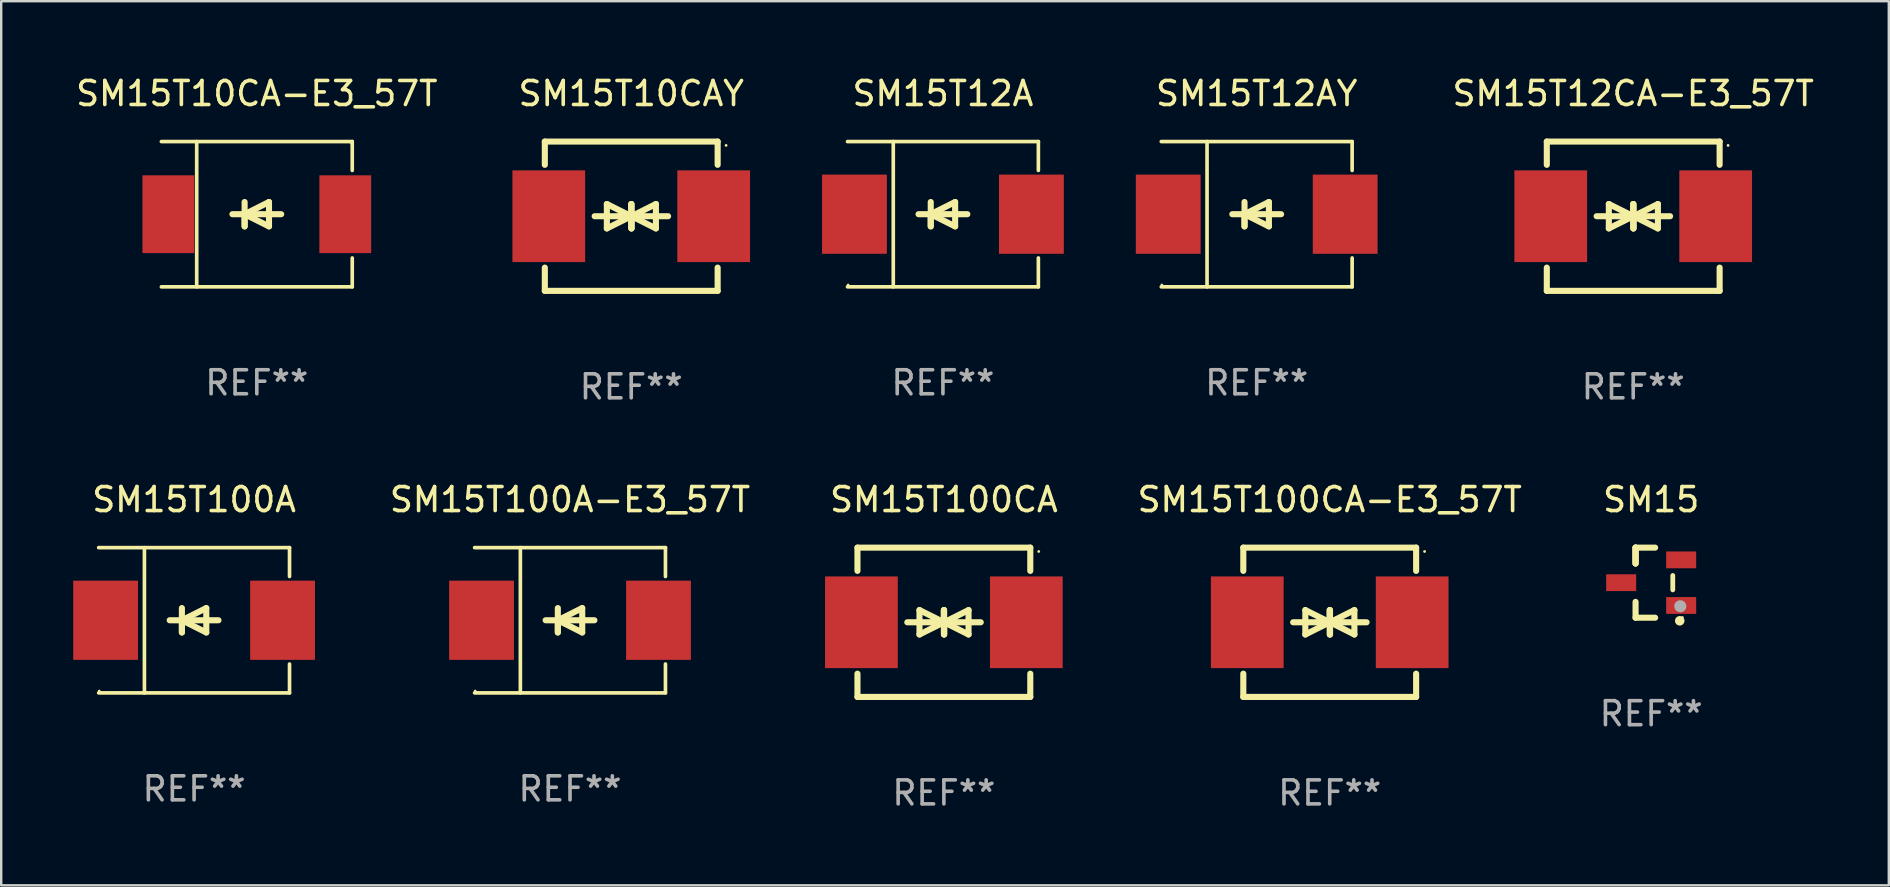
<source format=kicad_pcb>
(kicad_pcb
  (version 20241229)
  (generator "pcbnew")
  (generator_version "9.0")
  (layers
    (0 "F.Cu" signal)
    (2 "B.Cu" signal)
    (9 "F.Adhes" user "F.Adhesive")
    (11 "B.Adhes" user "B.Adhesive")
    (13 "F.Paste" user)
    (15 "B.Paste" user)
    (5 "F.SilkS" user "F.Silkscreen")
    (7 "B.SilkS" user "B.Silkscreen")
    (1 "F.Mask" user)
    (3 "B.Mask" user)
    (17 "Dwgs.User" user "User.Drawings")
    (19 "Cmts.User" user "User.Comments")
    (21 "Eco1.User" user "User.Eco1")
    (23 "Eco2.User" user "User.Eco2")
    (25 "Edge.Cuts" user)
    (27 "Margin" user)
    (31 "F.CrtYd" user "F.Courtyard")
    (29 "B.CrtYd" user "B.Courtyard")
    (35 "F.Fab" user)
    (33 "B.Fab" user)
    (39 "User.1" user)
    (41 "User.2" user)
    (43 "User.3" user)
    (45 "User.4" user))
  (footprint "SM15T12AY"
    (layer "F.Cu")
    (at 49.306 5.874)
    (property "Reference" "SM15T12AY" (at 0 -5.026 0) (layer "F.SilkS") (effects (font (size 1 1) (thickness 0.15))))
    (attr through_hole)
    (fp_line (start -3.976 -3.026) (end 3.976 -3.026) (stroke (width 0.152) (type solid)) (layer "F.SilkS"))
    (fp_line (start -3.976 3.026) (end 3.976 3.026) (stroke (width 0.152) (type solid)) (layer "F.SilkS"))
    (fp_line (start -2.069 -3.026) (end -2.069 3.026) (stroke (width 0.152) (type solid)) (layer "F.SilkS"))
    (fp_line (start -0.508 0) (end -0.508 0.508) (stroke (width 0.254) (type solid)) (layer "F.SilkS"))
    (fp_line (start -0.508 0) (end 0.508 0.508) (stroke (width 0.254) (type solid)) (layer "F.SilkS"))
    (fp_line (start -0.508 0.508) (end -0.508 -0.508) (stroke (width 0.254) (type solid)) (layer "F.SilkS"))
    (fp_line (start 0.508 -0.508) (end -0.508 0) (stroke (width 0.254) (type solid)) (layer "F.SilkS"))
    (fp_line (start 0.508 0.508) (end 0.508 -0.508) (stroke (width 0.254) (type solid)) (layer "F.SilkS"))
    (fp_line (start 1.016 0) (end -1.016 0) (stroke (width 0.254) (type solid)) (layer "F.SilkS"))
    (fp_line (start 3.976 -3.026) (end 3.976 -1.823) (stroke (width 0.152) (type solid)) (layer "F.SilkS"))
    (fp_line (start 3.976 3.026) (end 3.976 1.823) (stroke (width 0.152) (type solid)) (layer "F.SilkS"))
    (fp_circle (center -3.95 2.95) (end -3.92 2.95) (stroke (width 0.06) (type solid)) (fill no) (layer "F.SilkS"))
    (fp_text user "REF**" (at 0 7.026 0) (layer "F.Fab") (effects (font (size 1 1) (thickness 0.15))))
    (pad "1" smd rect (at -3.686 0) (size 2.7 3.3) (layers "F.Cu" "F.Mask" "F.Paste"))
    (pad "2" smd rect (at 3.686 0) (size 2.7 3.3) (layers "F.Cu" "F.Mask" "F.Paste")))
  (footprint "SM15T12A"
    (layer "F.Cu")
    (at 36.234 5.874)
    (property "Reference" "SM15T12A" (at 0 -5.026 0) (layer "F.SilkS") (effects (font (size 1 1) (thickness 0.15))))
    (attr through_hole)
    (fp_line (start -3.976 -3.026) (end 3.976 -3.026) (stroke (width 0.152) (type solid)) (layer "F.SilkS"))
    (fp_line (start -3.976 3.026) (end 3.976 3.026) (stroke (width 0.152) (type solid)) (layer "F.SilkS"))
    (fp_line (start -2.069 -3.026) (end -2.069 3.026) (stroke (width 0.152) (type solid)) (layer "F.SilkS"))
    (fp_line (start -0.508 0) (end -0.508 0.508) (stroke (width 0.254) (type solid)) (layer "F.SilkS"))
    (fp_line (start -0.508 0) (end 0.508 0.508) (stroke (width 0.254) (type solid)) (layer "F.SilkS"))
    (fp_line (start -0.508 0.508) (end -0.508 -0.508) (stroke (width 0.254) (type solid)) (layer "F.SilkS"))
    (fp_line (start 0.508 -0.508) (end -0.508 0) (stroke (width 0.254) (type solid)) (layer "F.SilkS"))
    (fp_line (start 0.508 0.508) (end 0.508 -0.508) (stroke (width 0.254) (type solid)) (layer "F.SilkS"))
    (fp_line (start 1.016 0) (end -1.016 0) (stroke (width 0.254) (type solid)) (layer "F.SilkS"))
    (fp_line (start 3.976 -3.026) (end 3.976 -1.823) (stroke (width 0.152) (type solid)) (layer "F.SilkS"))
    (fp_line (start 3.976 3.026) (end 3.976 1.823) (stroke (width 0.152) (type solid)) (layer "F.SilkS"))
    (fp_circle (center -3.95 2.95) (end -3.92 2.95) (stroke (width 0.06) (type solid)) (fill no) (layer "F.SilkS"))
    (fp_text user "REF**" (at 0 7.026 0) (layer "F.Fab") (effects (font (size 1 1) (thickness 0.15))))
    (pad "1" smd rect (at -3.686 0) (size 2.7 3.3) (layers "F.Cu" "F.Mask" "F.Paste"))
    (pad "2" smd rect (at 3.686 0) (size 2.7 3.3) (layers "F.Cu" "F.Mask" "F.Paste")))
  (footprint "SM15T100A-E3_57T"
    (layer "F.Cu")
    (at 20.698 22.791)
    (property "Reference" "SM15T100A-E3_57T" (at 0 -5.026 0) (layer "F.SilkS") (effects (font (size 1 1) (thickness 0.15))))
    (attr through_hole)
    (fp_line (start -3.976 -3.026) (end 3.976 -3.026) (stroke (width 0.152) (type solid)) (layer "F.SilkS"))
    (fp_line (start -3.976 3.026) (end 3.976 3.026) (stroke (width 0.152) (type solid)) (layer "F.SilkS"))
    (fp_line (start -2.069 -3.026) (end -2.069 3.026) (stroke (width 0.152) (type solid)) (layer "F.SilkS"))
    (fp_line (start -0.508 0) (end -0.508 0.508) (stroke (width 0.254) (type solid)) (layer "F.SilkS"))
    (fp_line (start -0.508 0) (end 0.508 0.508) (stroke (width 0.254) (type solid)) (layer "F.SilkS"))
    (fp_line (start -0.508 0.508) (end -0.508 -0.508) (stroke (width 0.254) (type solid)) (layer "F.SilkS"))
    (fp_line (start 0.508 -0.508) (end -0.508 0) (stroke (width 0.254) (type solid)) (layer "F.SilkS"))
    (fp_line (start 0.508 0.508) (end 0.508 -0.508) (stroke (width 0.254) (type solid)) (layer "F.SilkS"))
    (fp_line (start 1.016 0) (end -1.016 0) (stroke (width 0.254) (type solid)) (layer "F.SilkS"))
    (fp_line (start 3.976 -3.026) (end 3.976 -1.823) (stroke (width 0.152) (type solid)) (layer "F.SilkS"))
    (fp_line (start 3.976 3.026) (end 3.976 1.823) (stroke (width 0.152) (type solid)) (layer "F.SilkS"))
    (fp_circle (center -3.95 2.95) (end -3.92 2.95) (stroke (width 0.06) (type solid)) (fill no) (layer "F.SilkS"))
    (fp_text user "REF**" (at 0 7.026 0) (layer "F.Fab") (effects (font (size 1 1) (thickness 0.15))))
    (pad "1" smd rect (at -3.686 0) (size 2.7 3.3) (layers "F.Cu" "F.Mask" "F.Paste"))
    (pad "2" smd rect (at 3.686 0) (size 2.7 3.3) (layers "F.Cu" "F.Mask" "F.Paste")))
  (footprint "SM15T100A"
    (layer "F.Cu")
    (at 5.036 22.791)
    (property "Reference" "SM15T100A" (at 0 -5.026 0) (layer "F.SilkS") (effects (font (size 1 1) (thickness 0.15))))
    (attr through_hole)
    (fp_line (start -3.976 -3.026) (end 3.976 -3.026) (stroke (width 0.152) (type solid)) (layer "F.SilkS"))
    (fp_line (start -3.976 3.026) (end 3.976 3.026) (stroke (width 0.152) (type solid)) (layer "F.SilkS"))
    (fp_line (start -2.069 -3.026) (end -2.069 3.026) (stroke (width 0.152) (type solid)) (layer "F.SilkS"))
    (fp_line (start -0.508 0) (end -0.508 0.508) (stroke (width 0.254) (type solid)) (layer "F.SilkS"))
    (fp_line (start -0.508 0) (end 0.508 0.508) (stroke (width 0.254) (type solid)) (layer "F.SilkS"))
    (fp_line (start -0.508 0.508) (end -0.508 -0.508) (stroke (width 0.254) (type solid)) (layer "F.SilkS"))
    (fp_line (start 0.508 -0.508) (end -0.508 0) (stroke (width 0.254) (type solid)) (layer "F.SilkS"))
    (fp_line (start 0.508 0.508) (end 0.508 -0.508) (stroke (width 0.254) (type solid)) (layer "F.SilkS"))
    (fp_line (start 1.016 0) (end -1.016 0) (stroke (width 0.254) (type solid)) (layer "F.SilkS"))
    (fp_line (start 3.976 -3.026) (end 3.976 -1.823) (stroke (width 0.152) (type solid)) (layer "F.SilkS"))
    (fp_line (start 3.976 3.026) (end 3.976 1.823) (stroke (width 0.152) (type solid)) (layer "F.SilkS"))
    (fp_circle (center -3.95 2.95) (end -3.92 2.95) (stroke (width 0.06) (type solid)) (fill no) (layer "F.SilkS"))
    (fp_text user "REF**" (at 0 7.026 0) (layer "F.Fab") (effects (font (size 1 1) (thickness 0.15))))
    (pad "1" smd rect (at -3.686 0) (size 2.7 3.3) (layers "F.Cu" "F.Mask" "F.Paste"))
    (pad "2" smd rect (at 3.686 0) (size 2.7 3.3) (layers "F.Cu" "F.Mask" "F.Paste")))
  (footprint "SM15"
    (layer "F.Cu")
    (at 65.74 21.225)
    (property "Reference" "SM15" (at 0 -3.46 0) (layer "F.SilkS") (effects (font (size 1 1) (thickness 0.15))))
    (attr through_hole)
    (fp_line (start -0.65 -1.46) (end -0.65 -0.8) (stroke (width 0.254) (type solid)) (layer "F.SilkS"))
    (fp_line (start -0.65 -1.46) (end 0.165 -1.46) (stroke (width 0.254) (type solid)) (layer "F.SilkS"))
    (fp_line (start -0.65 -0.8) (end -0.65 -1.46) (stroke (width 0.254) (type solid)) (layer "F.SilkS"))
    (fp_line (start -0.65 -0.8) (end -0.65 -1.46) (stroke (width 0.254) (type solid)) (layer "F.SilkS"))
    (fp_line (start -0.65 1.46) (end -0.65 0.8) (stroke (width 0.254) (type solid)) (layer "F.SilkS"))
    (fp_line (start 0.165 1.46) (end -0.65 1.46) (stroke (width 0.254) (type solid)) (layer "F.SilkS"))
    (fp_line (start 0.9 0.3) (end 0.9 -0.3) (stroke (width 0.2) (type solid)) (layer "F.SilkS"))
    (fp_circle (center 1.19 1.588) (end 1.29 1.588) (stroke (width 0.2) (type solid)) (fill no) (layer "F.SilkS"))
    (fp_circle (center 1.3 1.45) (end 1.33 1.45) (stroke (width 0.06) (type solid)) (fill no) (layer "F.SilkS"))
    (fp_circle (center 1.214 0.983) (end 1.341 0.983) (stroke (width 0.254) (type solid)) (fill no) (layer "F.Fab"))
    (fp_text user "REF**" (at 0 5.46 0) (layer "F.Fab") (effects (font (size 1 1) (thickness 0.15))))
    (pad "1" smd rect (at 1.25 0.95 270) (size 0.7 1.25) (layers "F.Cu" "F.Mask" "F.Paste"))
    (pad "2" smd rect (at 1.25 -0.95 270) (size 0.7 1.25) (layers "F.Cu" "F.Mask" "F.Paste"))
    (pad "3" smd rect (at -1.25 0 270) (size 0.7 1.25) (layers "F.Cu" "F.Mask" "F.Paste")))
  (footprint "SM15T10CA-E3_57T"
    (layer "F.Cu")
    (at 7.649 5.874)
    (property "Reference" "SM15T10CA-E3_57T" (at 0 -5.026 0) (layer "F.SilkS") (effects (font (size 1 1) (thickness 0.15))))
    (attr through_hole)
    (fp_line (start -3.976 -3.026) (end 3.976 -3.026) (stroke (width 0.152) (type solid)) (layer "F.SilkS"))
    (fp_line (start -3.976 3.026) (end 3.976 3.026) (stroke (width 0.152) (type solid)) (layer "F.SilkS"))
    (fp_line (start -2.504 -3.026) (end -2.504 3.026) (stroke (width 0.152) (type solid)) (layer "F.SilkS"))
    (fp_line (start -0.508 0) (end -0.508 0.508) (stroke (width 0.254) (type solid)) (layer "F.SilkS"))
    (fp_line (start -0.508 0) (end 0.508 0.508) (stroke (width 0.254) (type solid)) (layer "F.SilkS"))
    (fp_line (start -0.508 0.508) (end -0.508 -0.508) (stroke (width 0.254) (type solid)) (layer "F.SilkS"))
    (fp_line (start 0.508 -0.508) (end -0.508 0) (stroke (width 0.254) (type solid)) (layer "F.SilkS"))
    (fp_line (start 0.508 0.508) (end 0.508 -0.508) (stroke (width 0.254) (type solid)) (layer "F.SilkS"))
    (fp_line (start 1.016 0) (end -1.016 0) (stroke (width 0.254) (type solid)) (layer "F.SilkS"))
    (fp_line (start 3.976 -3.026) (end 3.976 -1.823) (stroke (width 0.152) (type solid)) (layer "F.SilkS"))
    (fp_line (start 3.976 3.026) (end 3.976 1.823) (stroke (width 0.152) (type solid)) (layer "F.SilkS"))
    (fp_circle (center 3.95 -2.95) (end 3.98 -2.95) (stroke (width 0.06) (type solid)) (fill no) (layer "F.SilkS"))
    (fp_text user "REF**" (at 0 7.026 0) (layer "F.Fab") (effects (font (size 1 1) (thickness 0.15))))
    (pad "1" smd rect (at 3.686 0 180) (size 2.158 3.24) (layers "F.Cu" "F.Mask" "F.Paste"))
    (pad "2" smd rect (at -3.686 0 180) (size 2.158 3.24) (layers "F.Cu" "F.Mask" "F.Paste")))
  (footprint "SM15T100CA"
    (layer "F.Cu")
    (at 36.273 22.875)
    (property "Reference" "SM15T100CA" (at 0 -5.11 0) (layer "F.SilkS") (effects (font (size 1 1) (thickness 0.15))))
    (attr through_hole)
    (fp_line (start -3.6 -2.141) (end -3.6 -3.11) (stroke (width 0.254) (type solid)) (layer "F.SilkS"))
    (fp_line (start -3.6 3.11) (end -3.6 2.141) (stroke (width 0.254) (type solid)) (layer "F.SilkS"))
    (fp_line (start -1.524 0) (end 0.508 0) (stroke (width 0.254) (type solid)) (layer "F.SilkS"))
    (fp_line (start -1.016 -0.508) (end -1.016 0.508) (stroke (width 0.254) (type solid)) (layer "F.SilkS"))
    (fp_line (start -1.016 0.508) (end 0 0) (stroke (width 0.254) (type solid)) (layer "F.SilkS"))
    (fp_line (start 0 -0.508) (end 0 0.508) (stroke (width 0.254) (type solid)) (layer "F.SilkS"))
    (fp_line (start 0 0) (end -1.016 -0.508) (stroke (width 0.254) (type solid)) (layer "F.SilkS"))
    (fp_line (start 0 0) (end 0 -0.508) (stroke (width 0.254) (type solid)) (layer "F.SilkS"))
    (fp_line (start 0.012 0) (end 0.012 0.508) (stroke (width 0.254) (type solid)) (layer "F.SilkS"))
    (fp_line (start 0.012 0) (end 1.028 0.508) (stroke (width 0.254) (type solid)) (layer "F.SilkS"))
    (fp_line (start 0.012 0.508) (end 0.012 -0.508) (stroke (width 0.254) (type solid)) (layer "F.SilkS"))
    (fp_line (start 1.028 -0.508) (end 0.012 0) (stroke (width 0.254) (type solid)) (layer "F.SilkS"))
    (fp_line (start 1.028 0.508) (end 1.028 -0.508) (stroke (width 0.254) (type solid)) (layer "F.SilkS"))
    (fp_line (start 1.536 0) (end -0.496 0) (stroke (width 0.254) (type solid)) (layer "F.SilkS"))
    (fp_line (start 3.6 -3.11) (end -3.6 -3.11) (stroke (width 0.254) (type solid)) (layer "F.SilkS"))
    (fp_line (start 3.6 -2.141) (end 3.6 -3.11) (stroke (width 0.254) (type solid)) (layer "F.SilkS"))
    (fp_line (start 3.6 3.11) (end -3.6 3.11) (stroke (width 0.254) (type solid)) (layer "F.SilkS"))
    (fp_line (start 3.6 3.11) (end 3.6 2.141) (stroke (width 0.254) (type solid)) (layer "F.SilkS"))
    (fp_circle (center 3.952 -2.95) (end 3.982 -2.95) (stroke (width 0.06) (type solid)) (fill no) (layer "F.SilkS"))
    (fp_text user "REF**" (at 0 7.11 0) (layer "F.Fab") (effects (font (size 1 1) (thickness 0.15))))
    (pad "1" smd rect (at 3.435 0) (size 3.03 3.82) (layers "F.Cu" "F.Mask" "F.Paste"))
    (pad "2" smd rect (at -3.435 0) (size 3.03 3.82) (layers "F.Cu" "F.Mask" "F.Paste")))
  (footprint "SM15T10CAY"
    (layer "F.Cu")
    (at 23.248 5.958)
    (property "Reference" "SM15T10CAY" (at 0 -5.11 0) (layer "F.SilkS") (effects (font (size 1 1) (thickness 0.15))))
    (attr through_hole)
    (fp_line (start -3.6 -2.141) (end -3.6 -3.11) (stroke (width 0.254) (type solid)) (layer "F.SilkS"))
    (fp_line (start -3.6 3.11) (end -3.6 2.141) (stroke (width 0.254) (type solid)) (layer "F.SilkS"))
    (fp_line (start -1.524 0) (end 0.508 0) (stroke (width 0.254) (type solid)) (layer "F.SilkS"))
    (fp_line (start -1.016 -0.508) (end -1.016 0.508) (stroke (width 0.254) (type solid)) (layer "F.SilkS"))
    (fp_line (start -1.016 0.508) (end 0 0) (stroke (width 0.254) (type solid)) (layer "F.SilkS"))
    (fp_line (start 0 -0.508) (end 0 0.508) (stroke (width 0.254) (type solid)) (layer "F.SilkS"))
    (fp_line (start 0 0) (end -1.016 -0.508) (stroke (width 0.254) (type solid)) (layer "F.SilkS"))
    (fp_line (start 0 0) (end 0 -0.508) (stroke (width 0.254) (type solid)) (layer "F.SilkS"))
    (fp_line (start 0.012 0) (end 0.012 0.508) (stroke (width 0.254) (type solid)) (layer "F.SilkS"))
    (fp_line (start 0.012 0) (end 1.028 0.508) (stroke (width 0.254) (type solid)) (layer "F.SilkS"))
    (fp_line (start 0.012 0.508) (end 0.012 -0.508) (stroke (width 0.254) (type solid)) (layer "F.SilkS"))
    (fp_line (start 1.028 -0.508) (end 0.012 0) (stroke (width 0.254) (type solid)) (layer "F.SilkS"))
    (fp_line (start 1.028 0.508) (end 1.028 -0.508) (stroke (width 0.254) (type solid)) (layer "F.SilkS"))
    (fp_line (start 1.536 0) (end -0.496 0) (stroke (width 0.254) (type solid)) (layer "F.SilkS"))
    (fp_line (start 3.6 -3.11) (end -3.6 -3.11) (stroke (width 0.254) (type solid)) (layer "F.SilkS"))
    (fp_line (start 3.6 -2.141) (end 3.6 -3.11) (stroke (width 0.254) (type solid)) (layer "F.SilkS"))
    (fp_line (start 3.6 3.11) (end -3.6 3.11) (stroke (width 0.254) (type solid)) (layer "F.SilkS"))
    (fp_line (start 3.6 3.11) (end 3.6 2.141) (stroke (width 0.254) (type solid)) (layer "F.SilkS"))
    (fp_circle (center 3.952 -2.95) (end 3.982 -2.95) (stroke (width 0.06) (type solid)) (fill no) (layer "F.SilkS"))
    (fp_text user "REF**" (at 0 7.11 0) (layer "F.Fab") (effects (font (size 1 1) (thickness 0.15))))
    (pad "1" smd rect (at 3.435 0) (size 3.03 3.82) (layers "F.Cu" "F.Mask" "F.Paste"))
    (pad "2" smd rect (at -3.435 0) (size 3.03 3.82) (layers "F.Cu" "F.Mask" "F.Paste")))
  (footprint "SM15T100CA-E3_57T"
    (layer "F.Cu")
    (at 52.348 22.875)
    (property "Reference" "SM15T100CA-E3_57T" (at 0 -5.11 0) (layer "F.SilkS") (effects (font (size 1 1) (thickness 0.15))))
    (attr through_hole)
    (fp_line (start -3.6 -2.141) (end -3.6 -3.11) (stroke (width 0.254) (type solid)) (layer "F.SilkS"))
    (fp_line (start -3.6 3.11) (end -3.6 2.141) (stroke (width 0.254) (type solid)) (layer "F.SilkS"))
    (fp_line (start -1.524 0) (end 0.508 0) (stroke (width 0.254) (type solid)) (layer "F.SilkS"))
    (fp_line (start -1.016 -0.508) (end -1.016 0.508) (stroke (width 0.254) (type solid)) (layer "F.SilkS"))
    (fp_line (start -1.016 0.508) (end 0 0) (stroke (width 0.254) (type solid)) (layer "F.SilkS"))
    (fp_line (start 0 -0.508) (end 0 0.508) (stroke (width 0.254) (type solid)) (layer "F.SilkS"))
    (fp_line (start 0 0) (end -1.016 -0.508) (stroke (width 0.254) (type solid)) (layer "F.SilkS"))
    (fp_line (start 0 0) (end 0 -0.508) (stroke (width 0.254) (type solid)) (layer "F.SilkS"))
    (fp_line (start 0.012 0) (end 0.012 0.508) (stroke (width 0.254) (type solid)) (layer "F.SilkS"))
    (fp_line (start 0.012 0) (end 1.028 0.508) (stroke (width 0.254) (type solid)) (layer "F.SilkS"))
    (fp_line (start 0.012 0.508) (end 0.012 -0.508) (stroke (width 0.254) (type solid)) (layer "F.SilkS"))
    (fp_line (start 1.028 -0.508) (end 0.012 0) (stroke (width 0.254) (type solid)) (layer "F.SilkS"))
    (fp_line (start 1.028 0.508) (end 1.028 -0.508) (stroke (width 0.254) (type solid)) (layer "F.SilkS"))
    (fp_line (start 1.536 0) (end -0.496 0) (stroke (width 0.254) (type solid)) (layer "F.SilkS"))
    (fp_line (start 3.6 -3.11) (end -3.6 -3.11) (stroke (width 0.254) (type solid)) (layer "F.SilkS"))
    (fp_line (start 3.6 -2.141) (end 3.6 -3.11) (stroke (width 0.254) (type solid)) (layer "F.SilkS"))
    (fp_line (start 3.6 3.11) (end -3.6 3.11) (stroke (width 0.254) (type solid)) (layer "F.SilkS"))
    (fp_line (start 3.6 3.11) (end 3.6 2.141) (stroke (width 0.254) (type solid)) (layer "F.SilkS"))
    (fp_circle (center 3.952 -2.95) (end 3.982 -2.95) (stroke (width 0.06) (type solid)) (fill no) (layer "F.SilkS"))
    (fp_text user "REF**" (at 0 7.11 0) (layer "F.Fab") (effects (font (size 1 1) (thickness 0.15))))
    (pad "1" smd rect (at 3.435 0) (size 3.03 3.82) (layers "F.Cu" "F.Mask" "F.Paste"))
    (pad "2" smd rect (at -3.435 0) (size 3.03 3.82) (layers "F.Cu" "F.Mask" "F.Paste")))
  (footprint "SM15T12CA-E3_57T"
    (layer "F.Cu")
    (at 64.992 5.958)
    (property "Reference" "SM15T12CA-E3_57T" (at 0 -5.11 0) (layer "F.SilkS") (effects (font (size 1 1) (thickness 0.15))))
    (attr through_hole)
    (fp_line (start -3.6 -2.141) (end -3.6 -3.11) (stroke (width 0.254) (type solid)) (layer "F.SilkS"))
    (fp_line (start -3.6 3.11) (end -3.6 2.141) (stroke (width 0.254) (type solid)) (layer "F.SilkS"))
    (fp_line (start -1.524 0) (end 0.508 0) (stroke (width 0.254) (type solid)) (layer "F.SilkS"))
    (fp_line (start -1.016 -0.508) (end -1.016 0.508) (stroke (width 0.254) (type solid)) (layer "F.SilkS"))
    (fp_line (start -1.016 0.508) (end 0 0) (stroke (width 0.254) (type solid)) (layer "F.SilkS"))
    (fp_line (start 0 -0.508) (end 0 0.508) (stroke (width 0.254) (type solid)) (layer "F.SilkS"))
    (fp_line (start 0 0) (end -1.016 -0.508) (stroke (width 0.254) (type solid)) (layer "F.SilkS"))
    (fp_line (start 0 0) (end 0 -0.508) (stroke (width 0.254) (type solid)) (layer "F.SilkS"))
    (fp_line (start 0.012 0) (end 0.012 0.508) (stroke (width 0.254) (type solid)) (layer "F.SilkS"))
    (fp_line (start 0.012 0) (end 1.028 0.508) (stroke (width 0.254) (type solid)) (layer "F.SilkS"))
    (fp_line (start 0.012 0.508) (end 0.012 -0.508) (stroke (width 0.254) (type solid)) (layer "F.SilkS"))
    (fp_line (start 1.028 -0.508) (end 0.012 0) (stroke (width 0.254) (type solid)) (layer "F.SilkS"))
    (fp_line (start 1.028 0.508) (end 1.028 -0.508) (stroke (width 0.254) (type solid)) (layer "F.SilkS"))
    (fp_line (start 1.536 0) (end -0.496 0) (stroke (width 0.254) (type solid)) (layer "F.SilkS"))
    (fp_line (start 3.6 -3.11) (end -3.6 -3.11) (stroke (width 0.254) (type solid)) (layer "F.SilkS"))
    (fp_line (start 3.6 -2.141) (end 3.6 -3.11) (stroke (width 0.254) (type solid)) (layer "F.SilkS"))
    (fp_line (start 3.6 3.11) (end -3.6 3.11) (stroke (width 0.254) (type solid)) (layer "F.SilkS"))
    (fp_line (start 3.6 3.11) (end 3.6 2.141) (stroke (width 0.254) (type solid)) (layer "F.SilkS"))
    (fp_circle (center 3.952 -2.95) (end 3.982 -2.95) (stroke (width 0.06) (type solid)) (fill no) (layer "F.SilkS"))
    (fp_text user "REF**" (at 0 7.11 0) (layer "F.Fab") (effects (font (size 1 1) (thickness 0.15))))
    (pad "1" smd rect (at 3.435 0) (size 3.03 3.82) (layers "F.Cu" "F.Mask" "F.Paste"))
    (pad "2" smd rect (at -3.435 0) (size 3.03 3.82) (layers "F.Cu" "F.Mask" "F.Paste")))
  (gr_rect
    (start -3 -3)
    (end 75.64 33.833)
    (stroke (width 0.1) (type default))
    (fill no)
    (layer "Edge.Cuts")))
</source>
